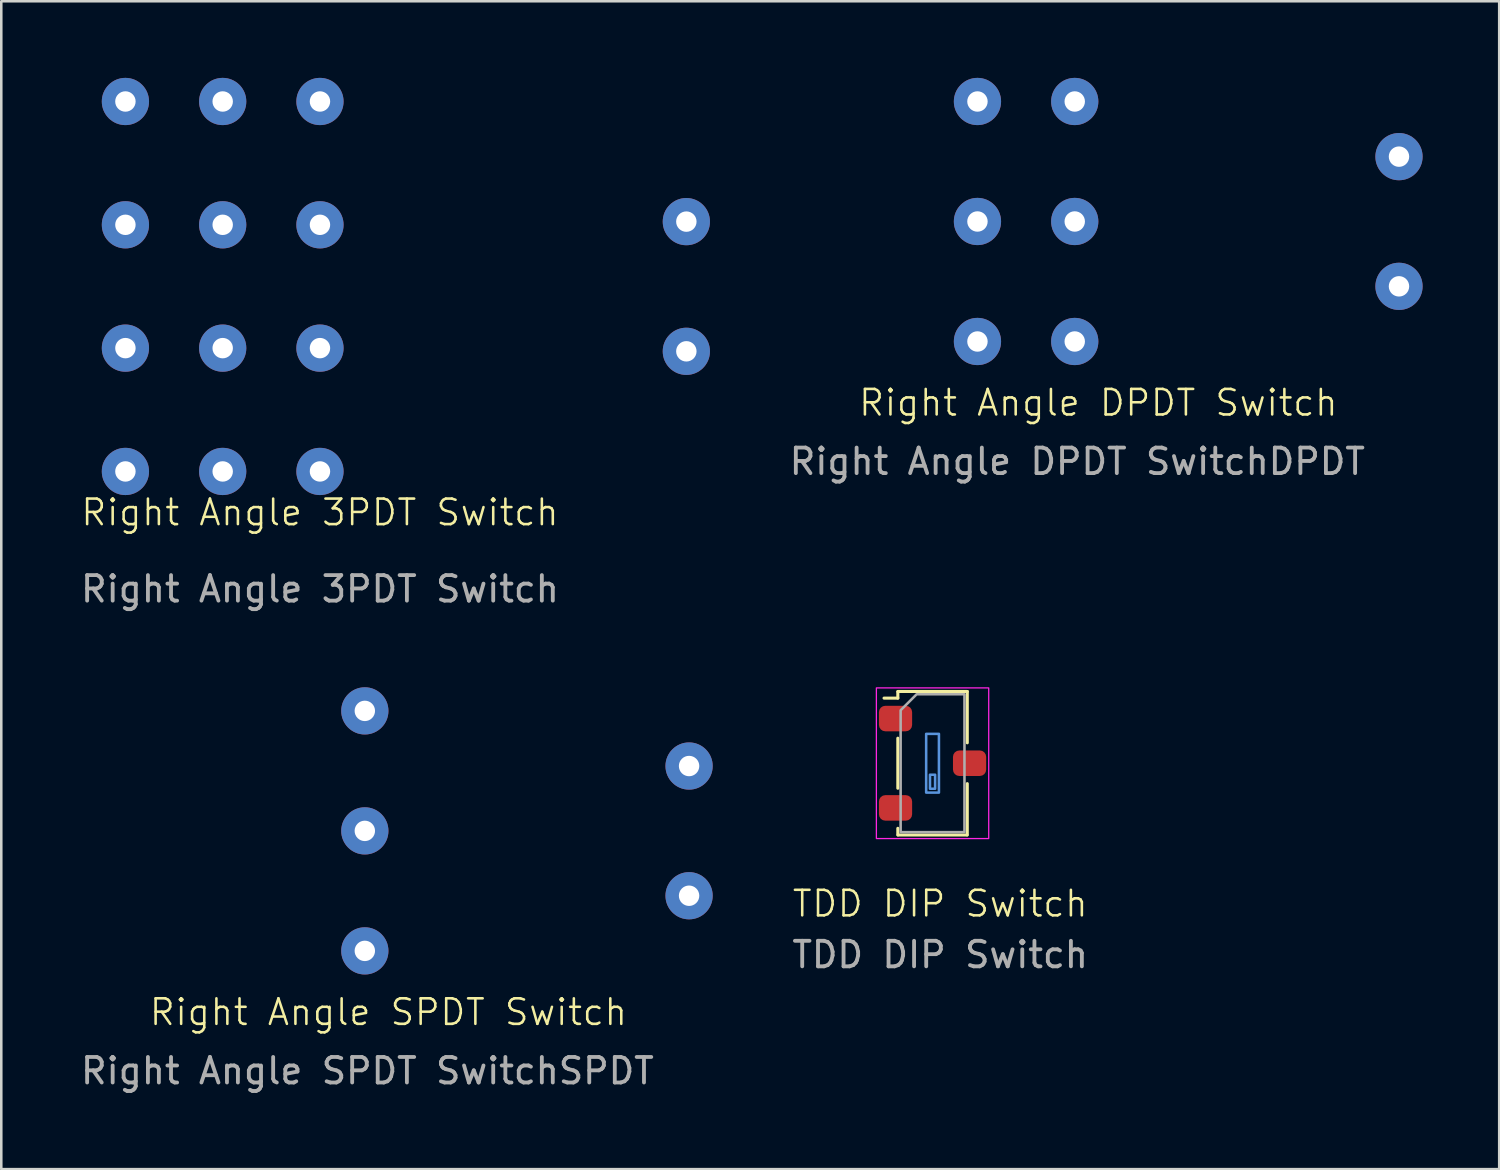
<source format=kicad_pcb>
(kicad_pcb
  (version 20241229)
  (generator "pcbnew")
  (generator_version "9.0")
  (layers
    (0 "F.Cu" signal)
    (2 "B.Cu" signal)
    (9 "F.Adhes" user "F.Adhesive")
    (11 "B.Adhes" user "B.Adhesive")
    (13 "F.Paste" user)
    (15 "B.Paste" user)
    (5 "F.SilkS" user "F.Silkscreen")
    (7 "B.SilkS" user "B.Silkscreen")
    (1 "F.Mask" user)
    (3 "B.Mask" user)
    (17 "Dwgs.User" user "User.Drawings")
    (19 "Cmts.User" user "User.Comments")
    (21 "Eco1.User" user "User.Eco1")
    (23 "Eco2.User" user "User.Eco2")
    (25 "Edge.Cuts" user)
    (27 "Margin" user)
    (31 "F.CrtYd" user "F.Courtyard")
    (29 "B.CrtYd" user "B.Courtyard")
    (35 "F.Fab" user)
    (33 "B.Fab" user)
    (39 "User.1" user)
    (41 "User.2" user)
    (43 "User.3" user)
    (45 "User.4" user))
  (footprint "Right Angle 3PDT Switch"
    (layer "F.Cu")
    (at 9.482 8.17)
    (property "Reference" "Right Angle 3PDT Switch" (at 0 8.85 0) (unlocked yes) (layer "F.SilkS") (effects (font (size 1 1) (thickness 0.1))))
    (attr smd)
    (fp_text user "${REFERENCE}" (at 0 11.85 0) (unlocked yes) (layer "F.Fab") (effects (font (size 1 1) (thickness 0.15))))
    (pad "1" thru_hole circle (at 0 7.245) (size 1.85 1.85) (drill 0.8) (layers "*.Cu" "*.Mask"))
    (pad "2" thru_hole circle (at -3.81 7.245) (size 1.85 1.85) (drill 0.8) (layers "*.Cu" "*.Mask"))
    (pad "3" thru_hole circle (at -7.62 7.245) (size 1.85 1.85) (drill 0.8) (layers "*.Cu" "*.Mask"))
    (pad "4" thru_hole circle (at 0 2.415) (size 1.85 1.85) (drill 0.8) (layers "*.Cu" "*.Mask"))
    (pad "5" thru_hole circle (at -3.81 2.415) (size 1.85 1.85) (drill 0.8) (layers "*.Cu" "*.Mask"))
    (pad "6" thru_hole circle (at -7.62 2.415) (size 1.85 1.85) (drill 0.8) (layers "*.Cu" "*.Mask"))
    (pad "7" thru_hole circle (at 0 -2.415) (size 1.85 1.85) (drill 0.8) (layers "*.Cu" "*.Mask"))
    (pad "8" thru_hole circle (at -3.81 -2.415) (size 1.85 1.85) (drill 0.8) (layers "*.Cu" "*.Mask"))
    (pad "9" thru_hole circle (at -7.62 -2.415) (size 1.85 1.85) (drill 0.8) (layers "*.Cu" "*.Mask"))
    (pad "10" thru_hole circle (at 0 -7.245) (size 1.85 1.85) (drill 0.8) (layers "*.Cu" "*.Mask"))
    (pad "11" thru_hole circle (at -3.81 -7.245) (size 1.85 1.85) (drill 0.8) (layers "*.Cu" "*.Mask"))
    (pad "12" thru_hole circle (at -7.62 -7.245) (size 1.85 1.85) (drill 0.8) (layers "*.Cu" "*.Mask"))
    (pad "13" thru_hole circle (at 14.35 -2.54) (size 1.85 1.85) (drill 0.8) (layers "*.Cu" "*.Mask"))
    (pad "13" thru_hole circle (at 14.35 2.54) (size 1.85 1.85) (drill 0.8) (layers "*.Cu" "*.Mask")))
  (footprint "TDD DIP Switch"
    (layer "F.Cu")
    (at 33.475 26.843)
    (property "Reference" "TDD DIP Switch" (at 0.3 5.5 0) (unlocked yes) (layer "F.SilkS") (effects (font (size 1 1) (thickness 0.1))))
    (attr smd)
    (fp_line (start -1.36 -2.81) (end 1.36 -2.81) (stroke (width 0.12) (type solid)) (layer "F.SilkS"))
    (fp_line (start -1.36 -2.55) (end -1.9 -2.55) (stroke (width 0.12) (type default)) (layer "F.SilkS"))
    (fp_line (start -1.36 -2.55) (end -1.36 -2.8) (stroke (width 0.12) (type solid)) (layer "F.SilkS"))
    (fp_line (start -1.36 -0.98) (end -1.36 0.98) (stroke (width 0.12) (type solid)) (layer "F.SilkS"))
    (fp_line (start -1.36 2.81) (end -1.36 2.55) (stroke (width 0.12) (type solid)) (layer "F.SilkS"))
    (fp_line (start 1.35 2.81) (end -1.35 2.81) (stroke (width 0.12) (type solid)) (layer "F.SilkS"))
    (fp_line (start 1.36 -2.81) (end 1.36 -0.8) (stroke (width 0.12) (type solid)) (layer "F.SilkS"))
    (fp_line (start 1.36 0.8) (end 1.36 2.81) (stroke (width 0.12) (type solid)) (layer "F.SilkS"))
    (fp_rect (start -0.25 -1.15) (end 0.25 1.15) (stroke (width 0.1) (type default)) (fill no) (layer "Cmts.User"))
    (fp_rect (start -0.1 0.45) (end 0.1 1) (stroke (width 0.1) (type solid)) (fill no) (layer "Cmts.User"))
    (fp_rect (start 2.2 -2.95) (end -2.2 2.95) (stroke (width 0.05) (type solid)) (fill no) (layer "F.CrtYd"))
    (fp_poly (pts (xy 1.25 -2.7) (xy -0.625 -2.7) (xy -1.25 -2.075) (xy -1.25 2.7) (xy 1.25 2.7)) (stroke (width 0.1) (type solid)) (fill no) (layer "F.Fab"))
    (fp_text user "${REFERENCE}" (at 0.3 7.5 0) (unlocked yes) (layer "F.Fab") (effects (font (size 1 1) (thickness 0.15))))
    (pad "1" smd roundrect (at -1.45 -1.75 270) (size 1 1.3) (layers "F.Cu" "F.Mask" "F.Paste") (roundrect_rratio 0.25))
    (pad "2" smd roundrect (at 1.45 0 270) (size 1 1.3) (layers "F.Cu" "F.Mask" "F.Paste") (roundrect_rratio 0.25))
    (pad "3" smd roundrect (at -1.45 1.75 270) (size 1 1.3) (layers "F.Cu" "F.Mask" "F.Paste") (roundrect_rratio 0.25)))
  (footprint "Right Angle SPDT Switch"
    (layer "F.Cu")
    (at 11.239 29.493)
    (property "Reference" "Right Angle SPDT Switch" (at 0.925 7.1 0) (unlocked yes) (layer "F.SilkS") (effects (font (size 1 1) (thickness 0.1))))
    (attr smd)
    (fp_text user "${REFERENCE}SPDT" (at 0.1 9.4 0) (unlocked yes) (layer "F.Fab") (effects (font (size 1 1) (thickness 0.15))))
    (pad "1" thru_hole circle (at 0 -4.7) (size 1.85 1.85) (drill 0.8) (layers "*.Cu" "*.Mask"))
    (pad "2" thru_hole circle (at 0 0) (size 1.85 1.85) (drill 0.8) (layers "*.Cu" "*.Mask"))
    (pad "3" thru_hole circle (at 0 4.7) (size 1.85 1.85) (drill 0.8) (layers "*.Cu" "*.Mask"))
    (pad "4" thru_hole circle (at 12.7 -2.54) (size 1.85 1.85) (drill 0.8) (layers "*.Cu" "*.Mask"))
    (pad "4" thru_hole circle (at 12.7 2.54) (size 1.85 1.85) (drill 0.8) (layers "*.Cu" "*.Mask")))
  (footprint "Right Angle DPDT Switch"
    (layer "F.Cu")
    (at 39.044 5.625)
    (property "Reference" "Right Angle DPDT Switch" (at 0.925 7.1 0) (unlocked yes) (layer "F.SilkS") (effects (font (size 1 1) (thickness 0.1))))
    (attr smd)
    (fp_text user "${REFERENCE}DPDT" (at 0.1 9.4 0) (unlocked yes) (layer "F.Fab") (effects (font (size 1 1) (thickness 0.15))))
    (pad "1" thru_hole circle (at -3.81 -4.7) (size 1.85 1.85) (drill 0.8) (layers "*.Cu" "*.Mask"))
    (pad "2" thru_hole circle (at -3.81 0) (size 1.85 1.85) (drill 0.8) (layers "*.Cu" "*.Mask"))
    (pad "3" thru_hole circle (at -3.81 4.7) (size 1.85 1.85) (drill 0.8) (layers "*.Cu" "*.Mask"))
    (pad "4" thru_hole circle (at 0 -4.7) (size 1.85 1.85) (drill 0.8) (layers "*.Cu" "*.Mask"))
    (pad "5" thru_hole circle (at 0 0) (size 1.85 1.85) (drill 0.8) (layers "*.Cu" "*.Mask"))
    (pad "6" thru_hole circle (at 0 4.7) (size 1.85 1.85) (drill 0.8) (layers "*.Cu" "*.Mask"))
    (pad "7" thru_hole circle (at 12.7 -2.54) (size 1.85 1.85) (drill 0.8) (layers "*.Cu" "*.Mask"))
    (pad "8" thru_hole circle (at 12.7 2.54) (size 1.85 1.85) (drill 0.8) (layers "*.Cu" "*.Mask")))
  (gr_rect
    (start -3 -3)
    (end 55.669 42.742)
    (stroke (width 0.1) (type default))
    (fill no)
    (layer "Edge.Cuts")))
</source>
